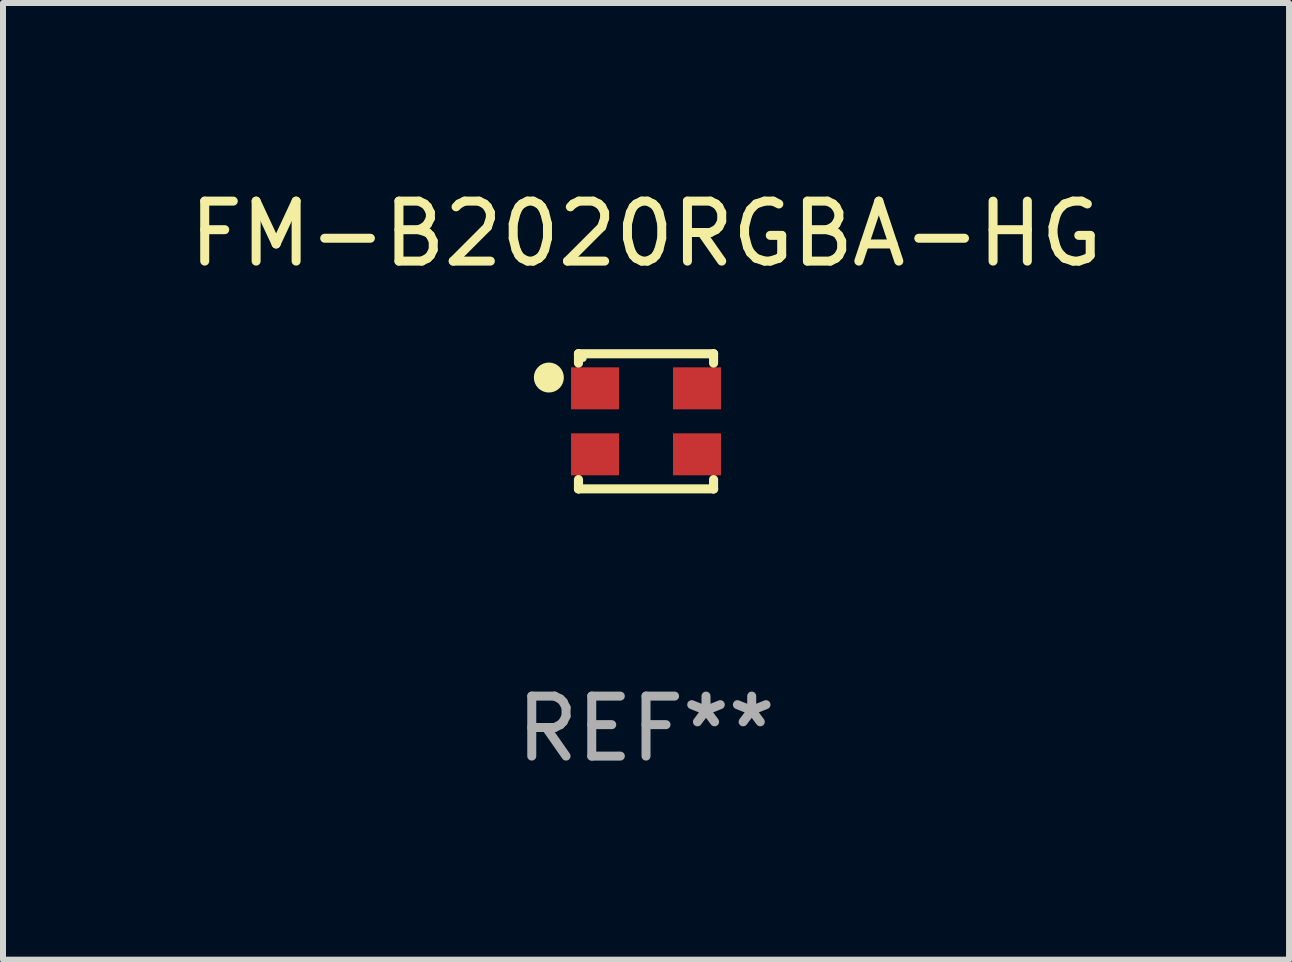
<source format=kicad_pcb>
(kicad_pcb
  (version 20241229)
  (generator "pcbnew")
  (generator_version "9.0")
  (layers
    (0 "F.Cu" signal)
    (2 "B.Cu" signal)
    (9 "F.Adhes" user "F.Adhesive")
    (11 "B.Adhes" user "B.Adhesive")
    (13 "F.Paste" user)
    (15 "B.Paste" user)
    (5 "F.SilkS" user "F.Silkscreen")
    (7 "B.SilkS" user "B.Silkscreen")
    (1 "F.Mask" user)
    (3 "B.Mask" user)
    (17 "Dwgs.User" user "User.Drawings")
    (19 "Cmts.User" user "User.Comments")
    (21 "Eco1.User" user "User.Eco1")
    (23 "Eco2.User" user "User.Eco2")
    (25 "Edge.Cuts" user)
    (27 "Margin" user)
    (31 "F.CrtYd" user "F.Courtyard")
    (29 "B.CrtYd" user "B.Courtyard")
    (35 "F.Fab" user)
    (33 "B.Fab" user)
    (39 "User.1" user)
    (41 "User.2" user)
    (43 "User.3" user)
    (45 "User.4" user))
  (footprint "FM-B2020RGBA-HG"
    (layer "F.Cu")
    (at 7.72 3.974)
    (property "Reference" "FM-B2020RGBA-HG" (at 0 -3.126 0) (layer "F.SilkS") (effects (font (size 1 1) (thickness 0.15))))
    (attr through_hole)
    (fp_line (start -1.126 -1.126) (end -1.126 -1.126) (stroke (width 0.152) (type solid)) (layer "F.SilkS"))
    (fp_line (start -1.126 -1.126) (end 1.126 -1.126) (stroke (width 0.152) (type solid)) (layer "F.SilkS"))
    (fp_line (start -1.126 -0.971) (end -1.126 -1.126) (stroke (width 0.152) (type solid)) (layer "F.SilkS"))
    (fp_line (start -1.126 0.971) (end -1.126 1.126) (stroke (width 0.152) (type solid)) (layer "F.SilkS"))
    (fp_line (start -1.126 1.126) (end -1.126 1.126) (stroke (width 0.152) (type solid)) (layer "F.SilkS"))
    (fp_line (start -1.126 1.126) (end 1.126 1.126) (stroke (width 0.152) (type solid)) (layer "F.SilkS"))
    (fp_line (start 1.126 -1.126) (end 1.126 -1.126) (stroke (width 0.152) (type solid)) (layer "F.SilkS"))
    (fp_line (start 1.126 -1.126) (end 1.126 -0.971) (stroke (width 0.152) (type solid)) (layer "F.SilkS"))
    (fp_line (start 1.126 1.126) (end 1.126 0.971) (stroke (width 0.152) (type solid)) (layer "F.SilkS"))
    (fp_line (start 1.126 1.126) (end 1.126 1.126) (stroke (width 0.152) (type solid)) (layer "F.SilkS"))
    (fp_circle (center -1.62 -0.73) (end -1.495 -0.73) (stroke (width 0.25) (type solid)) (fill no) (layer "F.SilkS"))
    (fp_circle (center -1.05 -1.05) (end -1.02 -1.05) (stroke (width 0.06) (type solid)) (fill no) (layer "F.SilkS"))
    (fp_text user "REF**" (at 0 5.126 0) (layer "F.Fab") (effects (font (size 1 1) (thickness 0.15))))
    (pad "1" smd rect (at -0.85 -0.55 270) (size 0.7 0.8) (layers "F.Cu" "F.Mask" "F.Paste"))
    (pad "2" smd rect (at 0.85 -0.55 270) (size 0.7 0.8) (layers "F.Cu" "F.Mask" "F.Paste"))
    (pad "3" smd rect (at 0.85 0.55 270) (size 0.7 0.8) (layers "F.Cu" "F.Mask" "F.Paste"))
    (pad "4" smd rect (at -0.85 0.55 270) (size 0.7 0.8) (layers "F.Cu" "F.Mask" "F.Paste")))
  (gr_rect
    (start -3 -3)
    (end 18.44 12.949)
    (stroke (width 0.1) (type default))
    (fill no)
    (layer "Edge.Cuts")))
</source>
